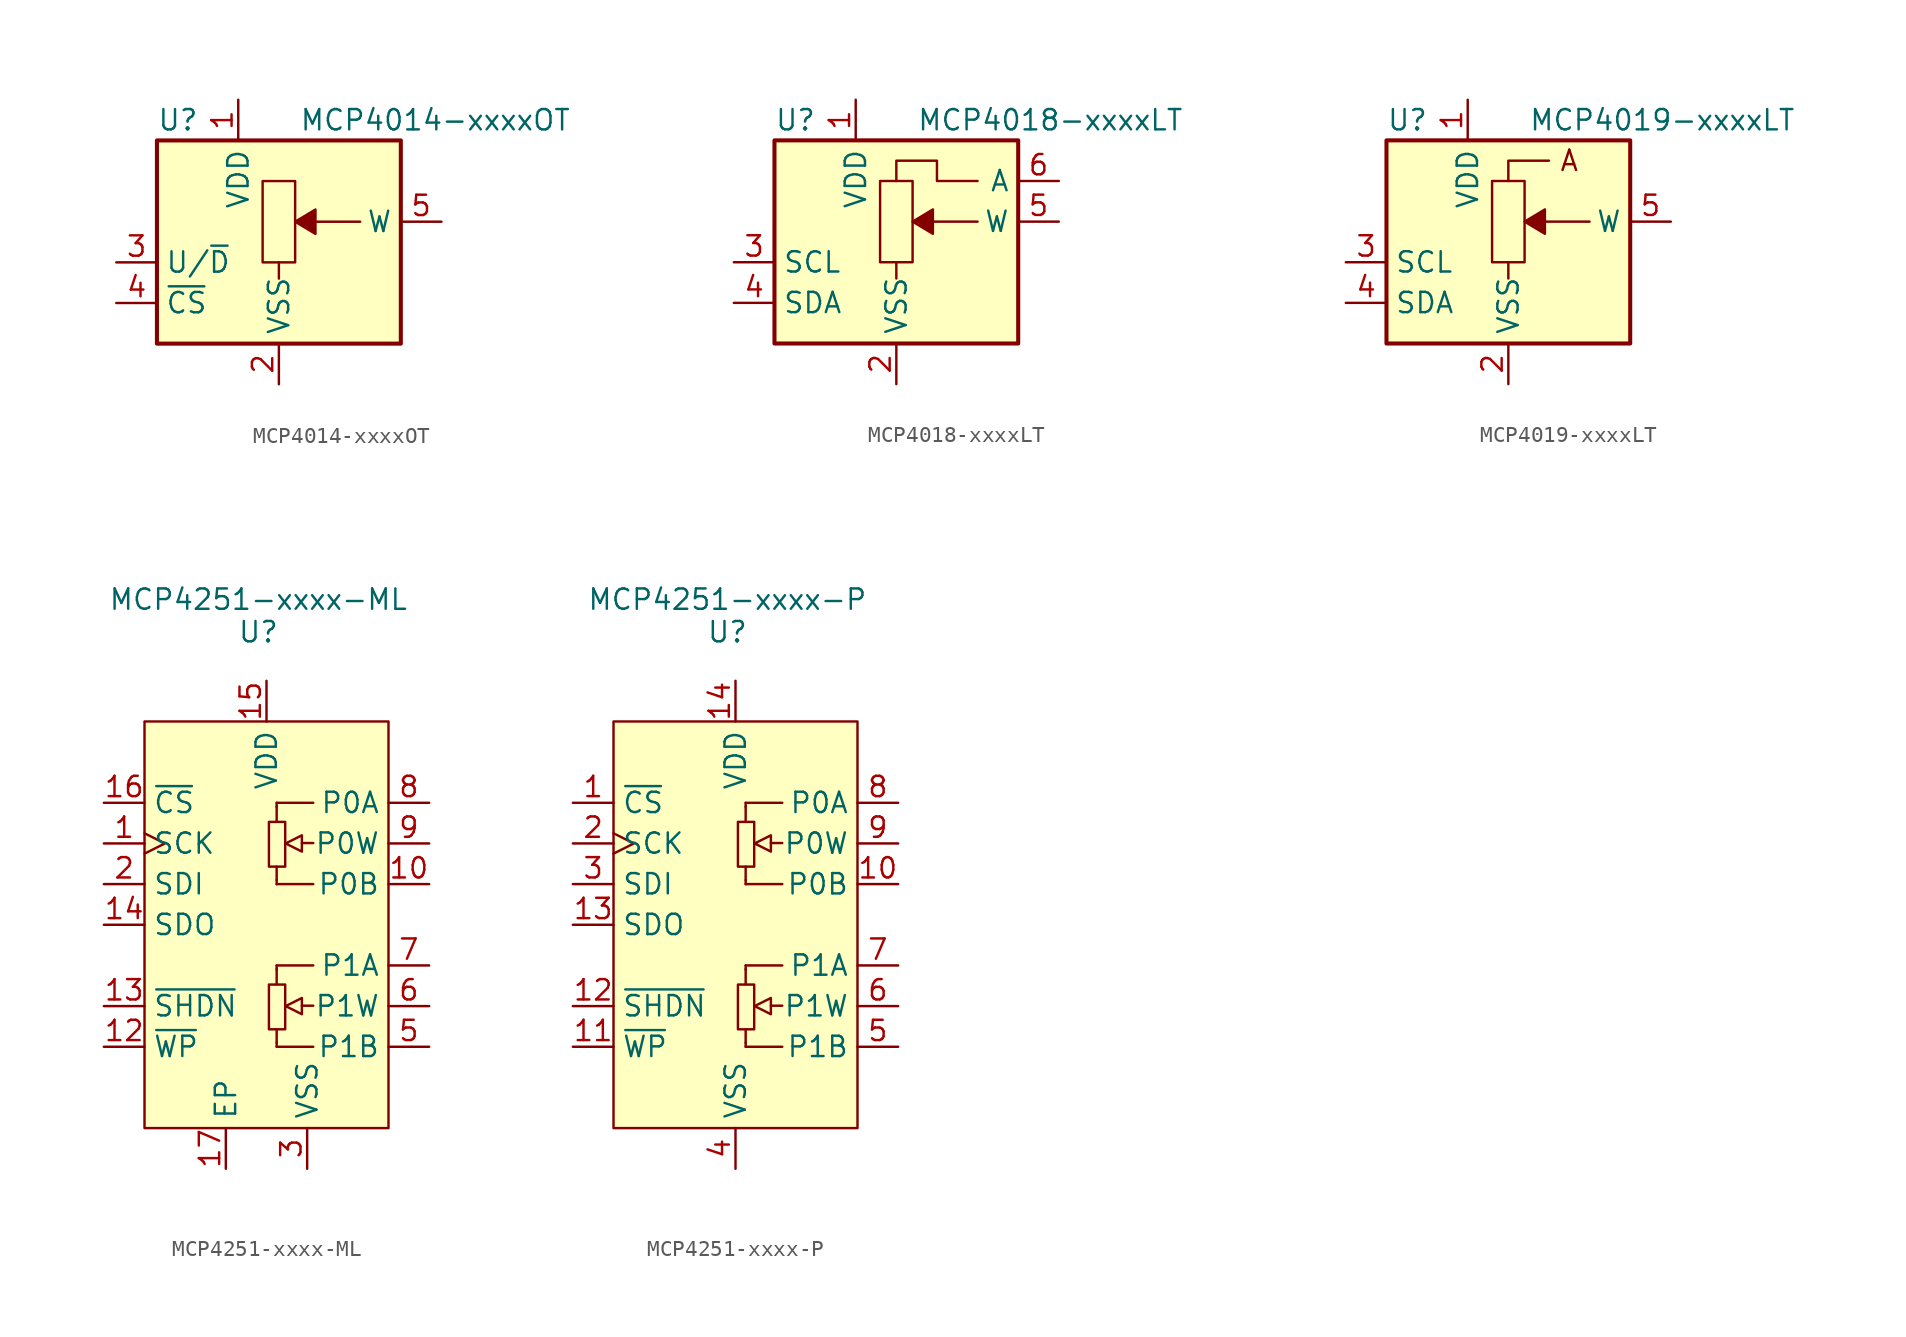
<source format=kicad_sym>
(kicad_symbol_lib
  (version 20220914)
  (generator kicad_symbol_editor)
  (symbol "MCP4014-xxxxOT"
    (property "Reference" "U"
      (at -7.62 8.89 0)
      (effects (font (size 1.27 1.27)) (justify left)))
    (property "Value" "MCP4014-xxxxOT"
      (at 1.27 8.89 0)
      (effects (font (size 1.27 1.27)) (justify left)))
    (symbol "MCP4014-xxxxOT_1_1"
      (rectangle (start -7.62 7.62) (end 7.62 -5.08) (stroke (width 0.254) (type default)) (fill (type background)))
      (polyline (pts (xy 0 0) (xy 0 -1.016)) (stroke (width 0) (type default)) (fill (type none)))
      (polyline (pts (xy 5.08 2.54) (xy 2.286 2.54)) (stroke (width 0) (type default)) (fill (type none)))
      (polyline (pts (xy 2.286 1.778) (xy 2.286 3.302) (xy 1.016 2.54) (xy 2.286 1.778)) (stroke (width 0) (type default)) (fill (type outline)))
      (rectangle (start 1.016 0) (end -1.016 5.08) (stroke (width 0) (type default)) (fill (type none)))
      (pin power_in line (at -2.54 10.16 270) (length 2.54) (name "VDD" (effects (font (size 1.27 1.27)))) (number "1" (effects (font (size 1.27 1.27)))))
      (pin power_in line (at 0 -7.62 90) (length 2.54) (name "VSS" (effects (font (size 1.27 1.27)))) (number "2" (effects (font (size 1.27 1.27)))))
      (pin input line (at -10.16 0 0) (length 2.54) (name "U/~{D}" (effects (font (size 1.27 1.27)))) (number "3" (effects (font (size 1.27 1.27)))))
      (pin input line (at -10.16 -2.54 0) (length 2.54) (name "~{CS}" (effects (font (size 1.27 1.27)))) (number "4" (effects (font (size 1.27 1.27)))))
      (pin passive line (at 10.16 2.54 180) (length 2.54) (name "W" (effects (font (size 1.27 1.27)))) (number "5" (effects (font (size 1.27 1.27)))))))
  (symbol "MCP4018-xxxxLT"
    (property "Reference" "U"
      (at -7.62 8.89 0)
      (effects (font (size 1.27 1.27)) (justify left)))
    (property "Value" "MCP4018-xxxxLT"
      (at 1.27 8.89 0)
      (effects (font (size 1.27 1.27)) (justify left)))
    (symbol "MCP4018-xxxxLT_0_1"
      (polyline (pts (xy 0 0) (xy 0 -1.016)) (stroke (width 0) (type default)) (fill (type none)))
      (polyline (pts (xy 5.08 5.08) (xy 2.54 5.08) (xy 2.54 6.35) (xy 0 6.35) (xy 0 5.08)) (stroke (width 0) (type default)) (fill (type none))))
    (symbol "MCP4018-xxxxLT_1_1"
      (rectangle (start -7.62 7.62) (end 7.62 -5.08) (stroke (width 0.254) (type default)) (fill (type background)))
      (polyline (pts (xy 5.08 2.54) (xy 2.286 2.54)) (stroke (width 0) (type default)) (fill (type none)))
      (polyline (pts (xy 2.286 1.778) (xy 2.286 3.302) (xy 1.016 2.54) (xy 2.286 1.778)) (stroke (width 0) (type default)) (fill (type outline)))
      (rectangle (start 1.016 0) (end -1.016 5.08) (stroke (width 0) (type default)) (fill (type none)))
      (pin power_in line (at -2.54 10.16 270) (length 2.54) (name "VDD" (effects (font (size 1.27 1.27)))) (number "1" (effects (font (size 1.27 1.27)))))
      (pin power_in line (at 0 -7.62 90) (length 2.54) (name "VSS" (effects (font (size 1.27 1.27)))) (number "2" (effects (font (size 1.27 1.27)))))
      (pin input line (at -10.16 0 0) (length 2.54) (name "SCL" (effects (font (size 1.27 1.27)))) (number "3" (effects (font (size 1.27 1.27)))))
      (pin bidirectional line (at -10.16 -2.54 0) (length 2.54) (name "SDA" (effects (font (size 1.27 1.27)))) (number "4" (effects (font (size 1.27 1.27)))))
      (pin passive line (at 10.16 2.54 180) (length 2.54) (name "W" (effects (font (size 1.27 1.27)))) (number "5" (effects (font (size 1.27 1.27)))))
      (pin passive line (at 10.16 5.08 180) (length 2.54) (name "A" (effects (font (size 1.27 1.27)))) (number "6" (effects (font (size 1.27 1.27)))))))
  (symbol "MCP4019-xxxxLT"
    (property "Reference" "U"
      (at -7.62 8.89 0)
      (effects (font (size 1.27 1.27)) (justify left)))
    (property "Value" "MCP4019-xxxxLT"
      (at 1.27 8.89 0)
      (effects (font (size 1.27 1.27)) (justify left)))
    (symbol "MCP4019-xxxxLT_0_0"
      (polyline (pts (xy 0 5.08) (xy 0 6.35) (xy 2.54 6.35)) (stroke (width 0) (type default)) (fill (type none)))
      (text "A" (at 3.81 6.35 0) (effects (font (size 1.27 1.27)))))
    (symbol "MCP4019-xxxxLT_0_1"
      (polyline (pts (xy 0 0) (xy 0 -1.016)) (stroke (width 0) (type default)) (fill (type none))))
    (symbol "MCP4019-xxxxLT_1_1"
      (rectangle (start -7.62 7.62) (end 7.62 -5.08) (stroke (width 0.254) (type default)) (fill (type background)))
      (polyline (pts (xy 5.08 2.54) (xy 2.286 2.54)) (stroke (width 0) (type default)) (fill (type none)))
      (polyline (pts (xy 2.286 1.778) (xy 2.286 3.302) (xy 1.016 2.54) (xy 2.286 1.778)) (stroke (width 0) (type default)) (fill (type outline)))
      (rectangle (start 1.016 0) (end -1.016 5.08) (stroke (width 0) (type default)) (fill (type none)))
      (pin power_in line (at -2.54 10.16 270) (length 2.54) (name "VDD" (effects (font (size 1.27 1.27)))) (number "1" (effects (font (size 1.27 1.27)))))
      (pin power_in line (at 0 -7.62 90) (length 2.54) (name "VSS" (effects (font (size 1.27 1.27)))) (number "2" (effects (font (size 1.27 1.27)))))
      (pin input line (at -10.16 0 0) (length 2.54) (name "SCL" (effects (font (size 1.27 1.27)))) (number "3" (effects (font (size 1.27 1.27)))))
      (pin bidirectional line (at -10.16 -2.54 0) (length 2.54) (name "SDA" (effects (font (size 1.27 1.27)))) (number "4" (effects (font (size 1.27 1.27)))))
      (pin passive line (at 10.16 2.54 180) (length 2.54) (name "W" (effects (font (size 1.27 1.27)))) (number "5" (effects (font (size 1.27 1.27)))))))
  (symbol "MCP4251-xxxx-ML"
    (property "Reference" "U"
      (at -0.508 18.288 0)
      (effects (font (size 1.27 1.27))))
    (property "Value" "MCP4251-xxxx-ML"
      (at -0.508 20.32 0)
      (effects (font (size 1.27 1.27))))
    (symbol "MCP4251-xxxx-ML_0_1"
      (polyline (pts (xy 0 12.7) (xy 7.62 12.7) (xy 7.62 0) (xy 7.62 -12.7) (xy -7.62 -12.7) (xy -7.62 12.7) (xy 0 12.7)) (stroke (width 0) (type default)) (fill (type background))))
    (symbol "MCP4251-xxxx-ML_1_1"
      (polyline (pts (xy 0.635 -7.366) (xy 0.635 -6.528)) (stroke (width 0) (type default)) (fill (type none)))
      (polyline (pts (xy 0.635 -2.769) (xy 0.635 -3.708)) (stroke (width 0) (type default)) (fill (type none)))
      (polyline (pts (xy 0.635 2.794) (xy 0.635 3.632)) (stroke (width 0) (type default)) (fill (type none)))
      (polyline (pts (xy 0.635 7.391) (xy 0.635 6.452)) (stroke (width 0) (type default)) (fill (type none)))
      (polyline (pts (xy 2.21 -5.055) (xy 2.921 -5.055)) (stroke (width 0) (type default)) (fill (type none)))
      (polyline (pts (xy 2.21 5.105) (xy 2.921 5.105)) (stroke (width 0) (type default)) (fill (type none)))
      (polyline (pts (xy 0.635 -7.62) (xy 0.635 -7.366) (xy 0.635 -7.366)) (stroke (width 0) (type default)) (fill (type background)))
      (polyline (pts (xy 0.635 -7.62) (xy 2.921 -7.62) (xy 2.921 -7.62)) (stroke (width 0) (type default)) (fill (type background)))
      (polyline (pts (xy 0.635 -2.54) (xy 0.635 -2.794) (xy 0.635 -2.794)) (stroke (width 0) (type default)) (fill (type none)))
      (polyline (pts (xy 0.635 -2.54) (xy 2.921 -2.54) (xy 2.921 -2.54)) (stroke (width 0) (type default)) (fill (type background)))
      (polyline (pts (xy 0.635 2.54) (xy 0.635 2.794) (xy 0.635 2.794)) (stroke (width 0) (type default)) (fill (type background)))
      (polyline (pts (xy 0.635 2.54) (xy 2.921 2.54) (xy 2.921 2.54)) (stroke (width 0) (type default)) (fill (type background)))
      (polyline (pts (xy 0.635 7.62) (xy 0.635 7.366) (xy 0.635 7.366)) (stroke (width 0) (type default)) (fill (type none)))
      (polyline (pts (xy 0.635 7.62) (xy 2.921 7.62) (xy 2.921 7.62)) (stroke (width 0) (type default)) (fill (type background)))
      (polyline (pts (xy 2.21 -4.572) (xy 2.21 -5.588) (xy 1.194 -5.08) (xy 2.21 -4.572) (xy 2.21 -4.572)) (stroke (width 0) (type default)) (fill (type background)))
      (polyline (pts (xy 2.21 5.588) (xy 2.21 4.572) (xy 1.194 5.08) (xy 2.21 5.588) (xy 2.21 5.588)) (stroke (width 0) (type default)) (fill (type background)))
      (rectangle (start 0.152 -3.734) (end 1.168 -6.528) (stroke (width 0) (type default)) (fill (type none)))
      (rectangle (start 0.152 6.426) (end 1.168 3.632) (stroke (width 0) (type default)) (fill (type none)))
      (pin input clock (at -10.16 5.08 0) (length 2.54) (name "SCK" (effects (font (size 1.27 1.27)))) (number "1" (effects (font (size 1.27 1.27)))))
      (pin passive line (at 10.16 2.54 180) (length 2.54) (name "P0B" (effects (font (size 1.27 1.27)))) (number "10" (effects (font (size 1.27 1.27)))))
      (pin no_connect line (at 7.62 0 180) (length 2.54) hide (name "NC" (effects (font (size 1.27 1.27)))) (number "11" (effects (font (size 1.27 1.27)))))
      (pin input line (at -10.16 -7.62 0) (length 2.54) (name "~{WP}" (effects (font (size 1.27 1.27)))) (number "12" (effects (font (size 1.27 1.27)))))
      (pin input line (at -10.16 -5.08 0) (length 2.54) (name "~{SHDN}" (effects (font (size 1.27 1.27)))) (number "13" (effects (font (size 1.27 1.27)))))
      (pin output line (at -10.16 0 0) (length 2.54) (name "SDO" (effects (font (size 1.27 1.27)))) (number "14" (effects (font (size 1.27 1.27)))))
      (pin power_in line (at 0 15.24 270) (length 2.54) (name "VDD" (effects (font (size 1.27 1.27)))) (number "15" (effects (font (size 1.27 1.27)))))
      (pin input line (at -10.16 7.62 0) (length 2.54) (name "~{CS}" (effects (font (size 1.27 1.27)))) (number "16" (effects (font (size 1.27 1.27)))))
      (pin passive line (at -2.54 -15.24 90) (length 2.54) (name "EP" (effects (font (size 1.27 1.27)))) (number "17" (effects (font (size 1.27 1.27)))))
      (pin input line (at -10.16 2.54 0) (length 2.54) (name "SDI" (effects (font (size 1.27 1.27)))) (number "2" (effects (font (size 1.27 1.27)))))
      (pin power_in line (at 2.54 -15.24 90) (length 2.54) (name "VSS" (effects (font (size 1.27 1.27)))) (number "3" (effects (font (size 1.27 1.27)))))
      (pin passive line (at 2.54 -15.24 90) (length 2.54) hide (name "VSS" (effects (font (size 1.27 1.27)))) (number "4" (effects (font (size 1.27 1.27)))))
      (pin passive line (at 10.16 -7.62 180) (length 2.54) (name "P1B" (effects (font (size 1.27 1.27)))) (number "5" (effects (font (size 1.27 1.27)))))
      (pin passive line (at 10.16 -5.08 180) (length 2.54) (name "P1W" (effects (font (size 1.27 1.27)))) (number "6" (effects (font (size 1.27 1.27)))))
      (pin passive line (at 10.16 -2.54 180) (length 2.54) (name "P1A" (effects (font (size 1.27 1.27)))) (number "7" (effects (font (size 1.27 1.27)))))
      (pin passive line (at 10.16 7.62 180) (length 2.54) (name "P0A" (effects (font (size 1.27 1.27)))) (number "8" (effects (font (size 1.27 1.27)))))
      (pin passive line (at 10.16 5.08 180) (length 2.54) (name "P0W" (effects (font (size 1.27 1.27)))) (number "9" (effects (font (size 1.27 1.27)))))))
  (symbol "MCP4251-xxxx-P"
    (property "Reference" "U"
      (at -0.508 18.288 0)
      (effects (font (size 1.27 1.27))))
    (property "Value" "MCP4251-xxxx-P"
      (at -0.508 20.32 0)
      (effects (font (size 1.27 1.27))))
    (symbol "MCP4251-xxxx-P_0_1"
      (polyline (pts (xy 0 12.7) (xy 7.62 12.7) (xy 7.62 0) (xy 7.62 -12.7) (xy -7.62 -12.7) (xy -7.62 12.7) (xy 0 12.7)) (stroke (width 0) (type default)) (fill (type background))))
    (symbol "MCP4251-xxxx-P_1_1"
      (polyline (pts (xy 0.635 -7.366) (xy 0.635 -6.528)) (stroke (width 0) (type default)) (fill (type none)))
      (polyline (pts (xy 0.635 -2.769) (xy 0.635 -3.708)) (stroke (width 0) (type default)) (fill (type none)))
      (polyline (pts (xy 0.635 2.794) (xy 0.635 3.632)) (stroke (width 0) (type default)) (fill (type none)))
      (polyline (pts (xy 0.635 7.391) (xy 0.635 6.452)) (stroke (width 0) (type default)) (fill (type none)))
      (polyline (pts (xy 2.21 -5.055) (xy 2.921 -5.055)) (stroke (width 0) (type default)) (fill (type none)))
      (polyline (pts (xy 2.21 5.105) (xy 2.921 5.105)) (stroke (width 0) (type default)) (fill (type none)))
      (polyline (pts (xy 0.635 -7.62) (xy 0.635 -7.366) (xy 0.635 -7.366)) (stroke (width 0) (type default)) (fill (type background)))
      (polyline (pts (xy 0.635 -7.62) (xy 2.921 -7.62) (xy 2.921 -7.62)) (stroke (width 0) (type default)) (fill (type background)))
      (polyline (pts (xy 0.635 -2.54) (xy 0.635 -2.794) (xy 0.635 -2.794)) (stroke (width 0) (type default)) (fill (type none)))
      (polyline (pts (xy 0.635 -2.54) (xy 2.921 -2.54) (xy 2.921 -2.54)) (stroke (width 0) (type default)) (fill (type background)))
      (polyline (pts (xy 0.635 2.54) (xy 0.635 2.794) (xy 0.635 2.794)) (stroke (width 0) (type default)) (fill (type background)))
      (polyline (pts (xy 0.635 2.54) (xy 2.921 2.54) (xy 2.921 2.54)) (stroke (width 0) (type default)) (fill (type background)))
      (polyline (pts (xy 0.635 7.62) (xy 0.635 7.366) (xy 0.635 7.366)) (stroke (width 0) (type default)) (fill (type none)))
      (polyline (pts (xy 0.635 7.62) (xy 2.921 7.62) (xy 2.921 7.62)) (stroke (width 0) (type default)) (fill (type background)))
      (polyline (pts (xy 2.21 -4.572) (xy 2.21 -5.588) (xy 1.194 -5.08) (xy 2.21 -4.572) (xy 2.21 -4.572)) (stroke (width 0) (type default)) (fill (type background)))
      (polyline (pts (xy 2.21 5.588) (xy 2.21 4.572) (xy 1.194 5.08) (xy 2.21 5.588) (xy 2.21 5.588)) (stroke (width 0) (type default)) (fill (type background)))
      (rectangle (start 0.152 -3.734) (end 1.168 -6.528) (stroke (width 0) (type default)) (fill (type none)))
      (rectangle (start 0.152 6.426) (end 1.168 3.632) (stroke (width 0) (type default)) (fill (type none)))
      (pin input line (at -10.16 7.62 0) (length 2.54) (name "~{CS}" (effects (font (size 1.27 1.27)))) (number "1" (effects (font (size 1.27 1.27)))))
      (pin passive line (at 10.16 2.54 180) (length 2.54) (name "P0B" (effects (font (size 1.27 1.27)))) (number "10" (effects (font (size 1.27 1.27)))))
      (pin input line (at -10.16 -7.62 0) (length 2.54) (name "~{WP}" (effects (font (size 1.27 1.27)))) (number "11" (effects (font (size 1.27 1.27)))))
      (pin input line (at -10.16 -5.08 0) (length 2.54) (name "~{SHDN}" (effects (font (size 1.27 1.27)))) (number "12" (effects (font (size 1.27 1.27)))))
      (pin output line (at -10.16 0 0) (length 2.54) (name "SDO" (effects (font (size 1.27 1.27)))) (number "13" (effects (font (size 1.27 1.27)))))
      (pin power_in line (at 0 15.24 270) (length 2.54) (name "VDD" (effects (font (size 1.27 1.27)))) (number "14" (effects (font (size 1.27 1.27)))))
      (pin input clock (at -10.16 5.08 0) (length 2.54) (name "SCK" (effects (font (size 1.27 1.27)))) (number "2" (effects (font (size 1.27 1.27)))))
      (pin input line (at -10.16 2.54 0) (length 2.54) (name "SDI" (effects (font (size 1.27 1.27)))) (number "3" (effects (font (size 1.27 1.27)))))
      (pin power_in line (at 0 -15.24 90) (length 2.54) (name "VSS" (effects (font (size 1.27 1.27)))) (number "4" (effects (font (size 1.27 1.27)))))
      (pin passive line (at 10.16 -7.62 180) (length 2.54) (name "P1B" (effects (font (size 1.27 1.27)))) (number "5" (effects (font (size 1.27 1.27)))))
      (pin passive line (at 10.16 -5.08 180) (length 2.54) (name "P1W" (effects (font (size 1.27 1.27)))) (number "6" (effects (font (size 1.27 1.27)))))
      (pin passive line (at 10.16 -2.54 180) (length 2.54) (name "P1A" (effects (font (size 1.27 1.27)))) (number "7" (effects (font (size 1.27 1.27)))))
      (pin passive line (at 10.16 7.62 180) (length 2.54) (name "P0A" (effects (font (size 1.27 1.27)))) (number "8" (effects (font (size 1.27 1.27)))))
      (pin passive line (at 10.16 5.08 180) (length 2.54) (name "P0W" (effects (font (size 1.27 1.27)))) (number "9" (effects (font (size 1.27 1.27))))))))
</source>
